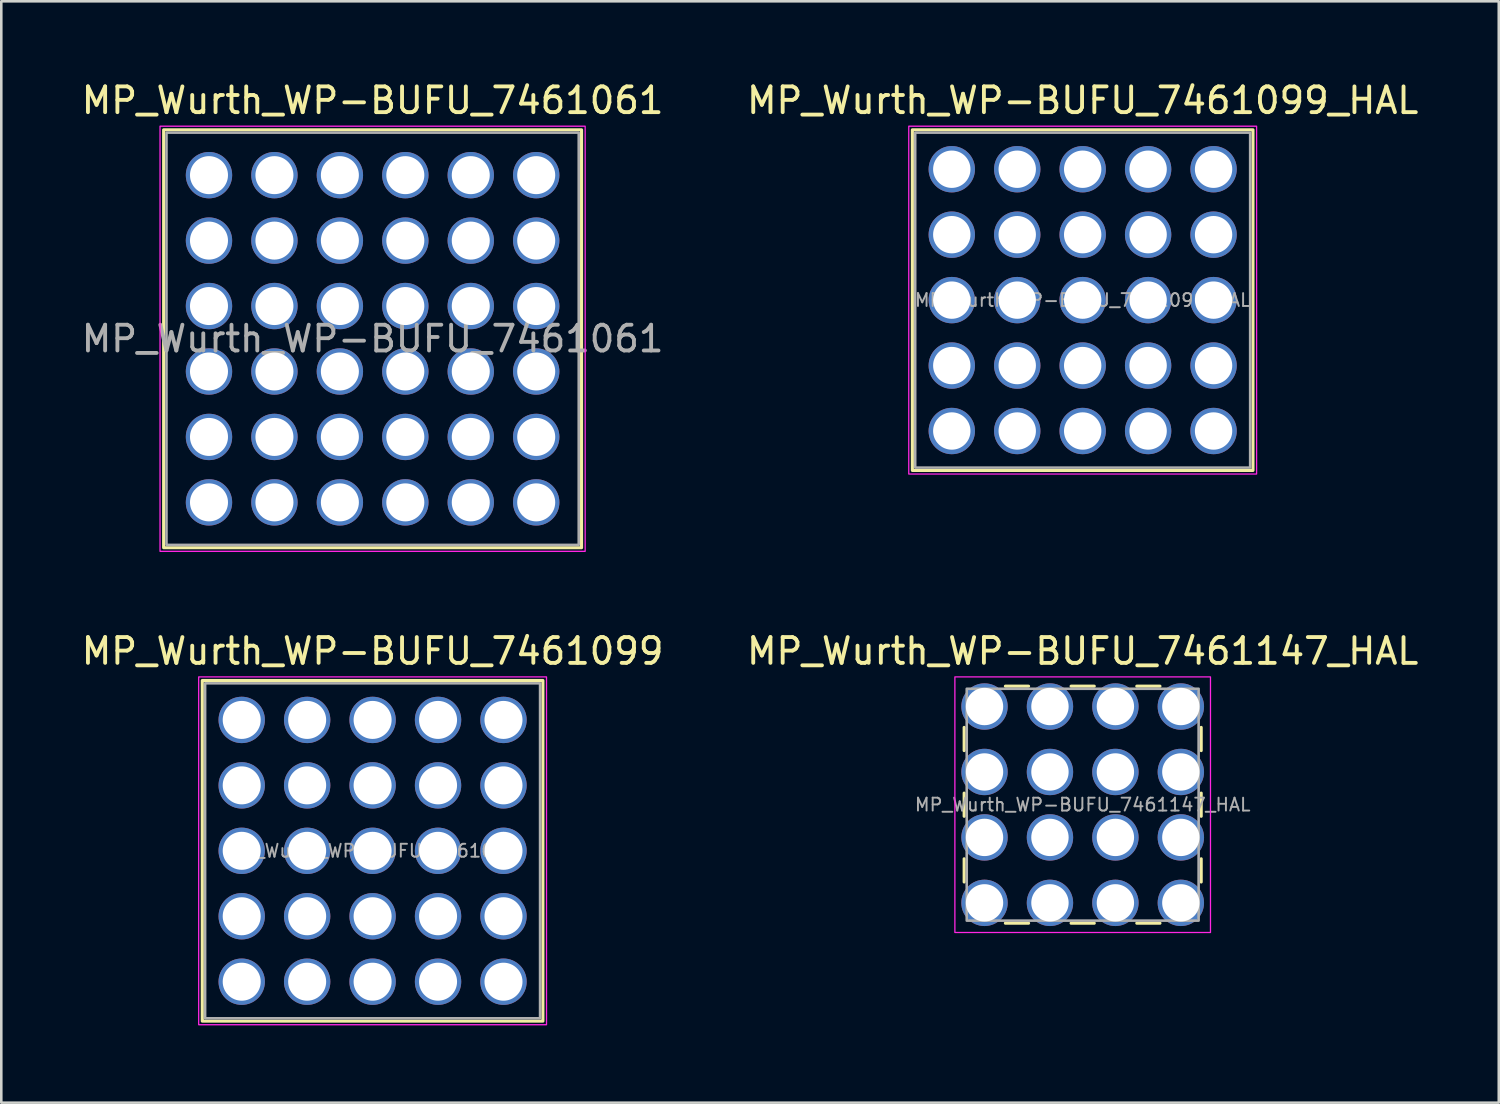
<source format=kicad_pcb>
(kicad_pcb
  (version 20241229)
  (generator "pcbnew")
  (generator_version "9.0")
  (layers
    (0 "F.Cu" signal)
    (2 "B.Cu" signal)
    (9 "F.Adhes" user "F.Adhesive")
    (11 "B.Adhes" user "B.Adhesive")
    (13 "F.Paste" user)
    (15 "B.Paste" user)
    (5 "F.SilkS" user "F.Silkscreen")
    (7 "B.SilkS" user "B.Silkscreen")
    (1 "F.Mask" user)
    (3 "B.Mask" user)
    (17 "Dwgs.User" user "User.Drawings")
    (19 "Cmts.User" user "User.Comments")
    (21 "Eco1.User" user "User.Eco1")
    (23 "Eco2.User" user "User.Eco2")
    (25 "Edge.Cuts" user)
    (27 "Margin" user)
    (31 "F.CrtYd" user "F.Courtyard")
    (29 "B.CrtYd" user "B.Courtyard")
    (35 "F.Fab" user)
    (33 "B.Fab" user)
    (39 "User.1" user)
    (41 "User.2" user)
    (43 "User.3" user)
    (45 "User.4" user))
  (footprint "MP_Wurth_WP-BUFU_7461099"
    (layer "F.Cu")
    (at 11.411 29.971)
    (property "Reference" "MP_Wurth_WP-BUFU_7461099" (at 0 -7.75 0) (unlocked yes) (layer "F.SilkS") (effects (font (size 1 1) (thickness 0.15))))
    (attr through_hole)
    (fp_rect (start -6.61 -6.61) (end 6.61 6.61) (stroke (width 0.12) (type solid)) (fill no) (layer "F.SilkS"))
    (fp_rect (start -6.75 -6.75) (end 6.75 6.75) (stroke (width 0.05) (type solid)) (fill no) (layer "F.CrtYd"))
    (fp_rect (start -6.5 -6.5) (end 6.5 6.5) (stroke (width 0.1) (type solid)) (fill no) (layer "F.Fab"))
    (fp_text user "${REFERENCE}" (at 0 0 0) (unlocked yes) (layer "F.Fab") (effects (font (size 0.5 0.5) (thickness 0.075))))
    (pad "1" thru_hole circle (at -5.08 -5.08) (size 1.8 1.8) (drill 1.475) (layers "*.Cu" "*.Mask"))
    (pad "1" thru_hole circle (at -5.08 -2.54) (size 1.8 1.8) (drill 1.475) (layers "*.Cu" "*.Mask"))
    (pad "1" thru_hole circle (at -5.08 0) (size 1.8 1.8) (drill 1.475) (layers "*.Cu" "*.Mask"))
    (pad "1" thru_hole circle (at -5.08 2.54) (size 1.8 1.8) (drill 1.475) (layers "*.Cu" "*.Mask"))
    (pad "1" thru_hole circle (at -5.08 5.08) (size 1.8 1.8) (drill 1.475) (layers "*.Cu" "*.Mask"))
    (pad "1" thru_hole circle (at -2.54 -5.08) (size 1.8 1.8) (drill 1.475) (layers "*.Cu" "*.Mask"))
    (pad "1" thru_hole circle (at -2.54 -2.54) (size 1.8 1.8) (drill 1.475) (layers "*.Cu" "*.Mask"))
    (pad "1" thru_hole circle (at -2.54 0) (size 1.8 1.8) (drill 1.475) (layers "*.Cu" "*.Mask"))
    (pad "1" thru_hole circle (at -2.54 2.54) (size 1.8 1.8) (drill 1.475) (layers "*.Cu" "*.Mask"))
    (pad "1" thru_hole circle (at -2.54 5.08) (size 1.8 1.8) (drill 1.475) (layers "*.Cu" "*.Mask"))
    (pad "1" thru_hole circle (at 0 -5.08) (size 1.8 1.8) (drill 1.475) (layers "*.Cu" "*.Mask"))
    (pad "1" thru_hole circle (at 0 -2.54) (size 1.8 1.8) (drill 1.475) (layers "*.Cu" "*.Mask"))
    (pad "1" thru_hole circle (at 0 0) (size 1.8 1.8) (drill 1.475) (layers "*.Cu" "*.Mask"))
    (pad "1" thru_hole circle (at 0 2.54) (size 1.8 1.8) (drill 1.475) (layers "*.Cu" "*.Mask"))
    (pad "1" thru_hole circle (at 0 5.08) (size 1.8 1.8) (drill 1.475) (layers "*.Cu" "*.Mask"))
    (pad "1" thru_hole circle (at 2.54 -5.08) (size 1.8 1.8) (drill 1.475) (layers "*.Cu" "*.Mask"))
    (pad "1" thru_hole circle (at 2.54 -2.54) (size 1.8 1.8) (drill 1.475) (layers "*.Cu" "*.Mask"))
    (pad "1" thru_hole circle (at 2.54 0) (size 1.8 1.8) (drill 1.475) (layers "*.Cu" "*.Mask"))
    (pad "1" thru_hole circle (at 2.54 2.54) (size 1.8 1.8) (drill 1.475) (layers "*.Cu" "*.Mask"))
    (pad "1" thru_hole circle (at 2.54 5.08) (size 1.8 1.8) (drill 1.475) (layers "*.Cu" "*.Mask"))
    (pad "1" thru_hole circle (at 5.08 -5.08) (size 1.8 1.8) (drill 1.475) (layers "*.Cu" "*.Mask"))
    (pad "1" thru_hole circle (at 5.08 -2.54) (size 1.8 1.8) (drill 1.475) (layers "*.Cu" "*.Mask"))
    (pad "1" thru_hole circle (at 5.08 0) (size 1.8 1.8) (drill 1.475) (layers "*.Cu" "*.Mask"))
    (pad "1" thru_hole circle (at 5.08 2.54) (size 1.8 1.8) (drill 1.475) (layers "*.Cu" "*.Mask"))
    (pad "1" thru_hole circle (at 5.08 5.08) (size 1.8 1.8) (drill 1.475) (layers "*.Cu" "*.Mask")))
  (footprint "MP_Wurth_WP-BUFU_7461061"
    (layer "F.Cu")
    (at 11.411 10.098)
    (property "Reference" "MP_Wurth_WP-BUFU_7461061" (at 0 -9.25 0) (unlocked yes) (layer "F.SilkS") (effects (font (size 1 1) (thickness 0.15))))
    (attr through_hole)
    (fp_rect (start -8.11 -8.11) (end 8.11 8.11) (stroke (width 0.12) (type solid)) (fill no) (layer "F.SilkS"))
    (fp_rect (start -8.25 -8.25) (end 8.25 8.25) (stroke (width 0.05) (type solid)) (fill no) (layer "F.CrtYd"))
    (fp_rect (start -8 -8) (end 8 8) (stroke (width 0.1) (type solid)) (fill no) (layer "F.Fab"))
    (fp_text user "${REFERENCE}" (at 0 0 0) (unlocked yes) (layer "F.Fab") (effects (font (size 1 1) (thickness 0.15))))
    (pad "1" thru_hole circle (at -6.35 -6.35) (size 1.8 1.8) (drill 1.475) (layers "*.Cu" "*.Mask"))
    (pad "1" thru_hole circle (at -6.35 -3.81) (size 1.8 1.8) (drill 1.475) (layers "*.Cu" "*.Mask"))
    (pad "1" thru_hole circle (at -6.35 -1.27) (size 1.8 1.8) (drill 1.475) (layers "*.Cu" "*.Mask"))
    (pad "1" thru_hole circle (at -6.35 1.27) (size 1.8 1.8) (drill 1.475) (layers "*.Cu" "*.Mask"))
    (pad "1" thru_hole circle (at -6.35 3.81) (size 1.8 1.8) (drill 1.475) (layers "*.Cu" "*.Mask"))
    (pad "1" thru_hole circle (at -6.35 6.35) (size 1.8 1.8) (drill 1.475) (layers "*.Cu" "*.Mask"))
    (pad "1" thru_hole circle (at -3.81 -6.35) (size 1.8 1.8) (drill 1.475) (layers "*.Cu" "*.Mask"))
    (pad "1" thru_hole circle (at -3.81 -3.81) (size 1.8 1.8) (drill 1.475) (layers "*.Cu" "*.Mask"))
    (pad "1" thru_hole circle (at -3.81 -1.27) (size 1.8 1.8) (drill 1.475) (layers "*.Cu" "*.Mask"))
    (pad "1" thru_hole circle (at -3.81 1.27) (size 1.8 1.8) (drill 1.475) (layers "*.Cu" "*.Mask"))
    (pad "1" thru_hole circle (at -3.81 3.81) (size 1.8 1.8) (drill 1.475) (layers "*.Cu" "*.Mask"))
    (pad "1" thru_hole circle (at -3.81 6.35) (size 1.8 1.8) (drill 1.475) (layers "*.Cu" "*.Mask"))
    (pad "1" thru_hole circle (at -1.27 -6.35) (size 1.8 1.8) (drill 1.475) (layers "*.Cu" "*.Mask"))
    (pad "1" thru_hole circle (at -1.27 -3.81) (size 1.8 1.8) (drill 1.475) (layers "*.Cu" "*.Mask"))
    (pad "1" thru_hole circle (at -1.27 -1.27) (size 1.8 1.8) (drill 1.475) (layers "*.Cu" "*.Mask"))
    (pad "1" thru_hole circle (at -1.27 1.27) (size 1.8 1.8) (drill 1.475) (layers "*.Cu" "*.Mask"))
    (pad "1" thru_hole circle (at -1.27 3.81) (size 1.8 1.8) (drill 1.475) (layers "*.Cu" "*.Mask"))
    (pad "1" thru_hole circle (at -1.27 6.35) (size 1.8 1.8) (drill 1.475) (layers "*.Cu" "*.Mask"))
    (pad "1" thru_hole circle (at 1.27 -6.35) (size 1.8 1.8) (drill 1.475) (layers "*.Cu" "*.Mask"))
    (pad "1" thru_hole circle (at 1.27 -3.81) (size 1.8 1.8) (drill 1.475) (layers "*.Cu" "*.Mask"))
    (pad "1" thru_hole circle (at 1.27 -1.27) (size 1.8 1.8) (drill 1.475) (layers "*.Cu" "*.Mask"))
    (pad "1" thru_hole circle (at 1.27 1.27) (size 1.8 1.8) (drill 1.475) (layers "*.Cu" "*.Mask"))
    (pad "1" thru_hole circle (at 1.27 3.81) (size 1.8 1.8) (drill 1.475) (layers "*.Cu" "*.Mask"))
    (pad "1" thru_hole circle (at 1.27 6.35) (size 1.8 1.8) (drill 1.475) (layers "*.Cu" "*.Mask"))
    (pad "1" thru_hole circle (at 3.81 -6.35) (size 1.8 1.8) (drill 1.475) (layers "*.Cu" "*.Mask"))
    (pad "1" thru_hole circle (at 3.81 -3.81) (size 1.8 1.8) (drill 1.475) (layers "*.Cu" "*.Mask"))
    (pad "1" thru_hole circle (at 3.81 -1.27) (size 1.8 1.8) (drill 1.475) (layers "*.Cu" "*.Mask"))
    (pad "1" thru_hole circle (at 3.81 1.27) (size 1.8 1.8) (drill 1.475) (layers "*.Cu" "*.Mask"))
    (pad "1" thru_hole circle (at 3.81 3.81) (size 1.8 1.8) (drill 1.475) (layers "*.Cu" "*.Mask"))
    (pad "1" thru_hole circle (at 3.81 6.35) (size 1.8 1.8) (drill 1.475) (layers "*.Cu" "*.Mask"))
    (pad "1" thru_hole circle (at 6.35 -6.35) (size 1.8 1.8) (drill 1.475) (layers "*.Cu" "*.Mask"))
    (pad "1" thru_hole circle (at 6.35 -3.81) (size 1.8 1.8) (drill 1.475) (layers "*.Cu" "*.Mask"))
    (pad "1" thru_hole circle (at 6.35 -1.27) (size 1.8 1.8) (drill 1.475) (layers "*.Cu" "*.Mask"))
    (pad "1" thru_hole circle (at 6.35 1.27) (size 1.8 1.8) (drill 1.475) (layers "*.Cu" "*.Mask"))
    (pad "1" thru_hole circle (at 6.35 3.81) (size 1.8 1.8) (drill 1.475) (layers "*.Cu" "*.Mask"))
    (pad "1" thru_hole circle (at 6.35 6.35) (size 1.8 1.8) (drill 1.475) (layers "*.Cu" "*.Mask")))
  (footprint "MP_Wurth_WP-BUFU_7461147_HAL"
    (layer "F.Cu")
    (at 38.97 28.181)
    (property "Reference" "MP_Wurth_WP-BUFU_7461147_HAL" (at 0 -5.96 0) (unlocked yes) (layer "F.SilkS") (effects (font (size 1 1) (thickness 0.15))))
    (attr through_hole)
    (fp_line (start -4.6 -2.1) (end -4.6 -3) (stroke (width 0.12) (type solid)) (layer "F.SilkS"))
    (fp_line (start -4.6 0.45) (end -4.6 -0.45) (stroke (width 0.12) (type solid)) (layer "F.SilkS"))
    (fp_line (start -4.6 3) (end -4.6 2.1) (stroke (width 0.12) (type solid)) (layer "F.SilkS"))
    (fp_line (start -3 -4.6) (end -2.1 -4.6) (stroke (width 0.12) (type solid)) (layer "F.SilkS"))
    (fp_line (start -2.1 4.6) (end -3 4.6) (stroke (width 0.12) (type solid)) (layer "F.SilkS"))
    (fp_line (start -0.45 -4.6) (end 0.45 -4.6) (stroke (width 0.12) (type solid)) (layer "F.SilkS"))
    (fp_line (start 0.45 4.6) (end -0.45 4.6) (stroke (width 0.12) (type solid)) (layer "F.SilkS"))
    (fp_line (start 2.1 -4.6) (end 3 -4.6) (stroke (width 0.12) (type solid)) (layer "F.SilkS"))
    (fp_line (start 3 4.6) (end 2.1 4.6) (stroke (width 0.12) (type solid)) (layer "F.SilkS"))
    (fp_line (start 4.6 -3) (end 4.6 -2.1) (stroke (width 0.12) (type solid)) (layer "F.SilkS"))
    (fp_line (start 4.6 -0.45) (end 4.6 0.45) (stroke (width 0.12) (type solid)) (layer "F.SilkS"))
    (fp_line (start 4.6 2.1) (end 4.6 3) (stroke (width 0.12) (type solid)) (layer "F.SilkS"))
    (fp_rect (start -4.96 -4.96) (end 4.96 4.96) (stroke (width 0.05) (type solid)) (fill no) (layer "F.CrtYd"))
    (fp_rect (start -4.5 -4.5) (end 4.5 4.5) (stroke (width 0.1) (type solid)) (fill no) (layer "F.Fab"))
    (fp_text user "${REFERENCE}" (at 0 0 0) (unlocked yes) (layer "F.Fab") (effects (font (size 0.5 0.5) (thickness 0.075))))
    (pad "1" thru_hole circle (at -3.81 -3.81) (size 1.8 1.8) (drill 1.45) (layers "*.Cu" "*.Mask"))
    (pad "1" thru_hole circle (at -3.81 -1.27) (size 1.8 1.8) (drill 1.45) (layers "*.Cu" "*.Mask"))
    (pad "1" thru_hole circle (at -3.81 1.27) (size 1.8 1.8) (drill 1.45) (layers "*.Cu" "*.Mask"))
    (pad "1" thru_hole circle (at -3.81 3.81) (size 1.8 1.8) (drill 1.45) (layers "*.Cu" "*.Mask"))
    (pad "1" thru_hole circle (at -1.27 -3.81) (size 1.8 1.8) (drill 1.45) (layers "*.Cu" "*.Mask"))
    (pad "1" thru_hole circle (at -1.27 -1.27) (size 1.8 1.8) (drill 1.45) (layers "*.Cu" "*.Mask"))
    (pad "1" thru_hole circle (at -1.27 1.27) (size 1.8 1.8) (drill 1.45) (layers "*.Cu" "*.Mask"))
    (pad "1" thru_hole circle (at -1.27 3.81) (size 1.8 1.8) (drill 1.45) (layers "*.Cu" "*.Mask"))
    (pad "1" thru_hole circle (at 1.27 -3.81) (size 1.8 1.8) (drill 1.45) (layers "*.Cu" "*.Mask"))
    (pad "1" thru_hole circle (at 1.27 -1.27) (size 1.8 1.8) (drill 1.45) (layers "*.Cu" "*.Mask"))
    (pad "1" thru_hole circle (at 1.27 1.27) (size 1.8 1.8) (drill 1.45) (layers "*.Cu" "*.Mask"))
    (pad "1" thru_hole circle (at 1.27 3.81) (size 1.8 1.8) (drill 1.45) (layers "*.Cu" "*.Mask"))
    (pad "1" thru_hole circle (at 3.81 -3.81) (size 1.8 1.8) (drill 1.45) (layers "*.Cu" "*.Mask"))
    (pad "1" thru_hole circle (at 3.81 -1.27) (size 1.8 1.8) (drill 1.45) (layers "*.Cu" "*.Mask"))
    (pad "1" thru_hole circle (at 3.81 1.27) (size 1.8 1.8) (drill 1.45) (layers "*.Cu" "*.Mask"))
    (pad "1" thru_hole circle (at 3.81 3.81) (size 1.8 1.8) (drill 1.45) (layers "*.Cu" "*.Mask")))
  (footprint "MP_Wurth_WP-BUFU_7461099_HAL"
    (layer "F.Cu")
    (at 38.97 8.598)
    (property "Reference" "MP_Wurth_WP-BUFU_7461099_HAL" (at 0 -7.75 0) (unlocked yes) (layer "F.SilkS") (effects (font (size 1 1) (thickness 0.15))))
    (attr through_hole)
    (fp_rect (start -6.61 -6.61) (end 6.61 6.61) (stroke (width 0.12) (type solid)) (fill no) (layer "F.SilkS"))
    (fp_rect (start -6.75 -6.75) (end 6.75 6.75) (stroke (width 0.05) (type solid)) (fill no) (layer "F.CrtYd"))
    (fp_rect (start -6.5 -6.5) (end 6.5 6.5) (stroke (width 0.1) (type solid)) (fill no) (layer "F.Fab"))
    (fp_text user "${REFERENCE}" (at 0 0 0) (unlocked yes) (layer "F.Fab") (effects (font (size 0.5 0.5) (thickness 0.075))))
    (pad "1" thru_hole circle (at -5.08 -5.08) (size 1.8 1.8) (drill 1.45) (layers "*.Cu" "*.Mask"))
    (pad "1" thru_hole circle (at -5.08 -2.54) (size 1.8 1.8) (drill 1.45) (layers "*.Cu" "*.Mask"))
    (pad "1" thru_hole circle (at -5.08 0) (size 1.8 1.8) (drill 1.45) (layers "*.Cu" "*.Mask"))
    (pad "1" thru_hole circle (at -5.08 2.54) (size 1.8 1.8) (drill 1.45) (layers "*.Cu" "*.Mask"))
    (pad "1" thru_hole circle (at -5.08 5.08) (size 1.8 1.8) (drill 1.45) (layers "*.Cu" "*.Mask"))
    (pad "1" thru_hole circle (at -2.54 -5.08) (size 1.8 1.8) (drill 1.45) (layers "*.Cu" "*.Mask"))
    (pad "1" thru_hole circle (at -2.54 -2.54) (size 1.8 1.8) (drill 1.45) (layers "*.Cu" "*.Mask"))
    (pad "1" thru_hole circle (at -2.54 0) (size 1.8 1.8) (drill 1.45) (layers "*.Cu" "*.Mask"))
    (pad "1" thru_hole circle (at -2.54 2.54) (size 1.8 1.8) (drill 1.45) (layers "*.Cu" "*.Mask"))
    (pad "1" thru_hole circle (at -2.54 5.08) (size 1.8 1.8) (drill 1.45) (layers "*.Cu" "*.Mask"))
    (pad "1" thru_hole circle (at 0 -5.08) (size 1.8 1.8) (drill 1.45) (layers "*.Cu" "*.Mask"))
    (pad "1" thru_hole circle (at 0 -2.54) (size 1.8 1.8) (drill 1.45) (layers "*.Cu" "*.Mask"))
    (pad "1" thru_hole circle (at 0 0) (size 1.8 1.8) (drill 1.45) (layers "*.Cu" "*.Mask"))
    (pad "1" thru_hole circle (at 0 2.54) (size 1.8 1.8) (drill 1.45) (layers "*.Cu" "*.Mask"))
    (pad "1" thru_hole circle (at 0 5.08) (size 1.8 1.8) (drill 1.45) (layers "*.Cu" "*.Mask"))
    (pad "1" thru_hole circle (at 2.54 -5.08) (size 1.8 1.8) (drill 1.45) (layers "*.Cu" "*.Mask"))
    (pad "1" thru_hole circle (at 2.54 -2.54) (size 1.8 1.8) (drill 1.45) (layers "*.Cu" "*.Mask"))
    (pad "1" thru_hole circle (at 2.54 0) (size 1.8 1.8) (drill 1.45) (layers "*.Cu" "*.Mask"))
    (pad "1" thru_hole circle (at 2.54 2.54) (size 1.8 1.8) (drill 1.45) (layers "*.Cu" "*.Mask"))
    (pad "1" thru_hole circle (at 2.54 5.08) (size 1.8 1.8) (drill 1.45) (layers "*.Cu" "*.Mask"))
    (pad "1" thru_hole circle (at 5.08 -5.08) (size 1.8 1.8) (drill 1.45) (layers "*.Cu" "*.Mask"))
    (pad "1" thru_hole circle (at 5.08 -2.54) (size 1.8 1.8) (drill 1.45) (layers "*.Cu" "*.Mask"))
    (pad "1" thru_hole circle (at 5.08 0) (size 1.8 1.8) (drill 1.45) (layers "*.Cu" "*.Mask"))
    (pad "1" thru_hole circle (at 5.08 2.54) (size 1.8 1.8) (drill 1.45) (layers "*.Cu" "*.Mask"))
    (pad "1" thru_hole circle (at 5.08 5.08) (size 1.8 1.8) (drill 1.45) (layers "*.Cu" "*.Mask")))
  (gr_rect
    (start -3 -3)
    (end 55.119 39.746)
    (stroke (width 0.1) (type default))
    (fill no)
    (layer "Edge.Cuts")))
</source>
